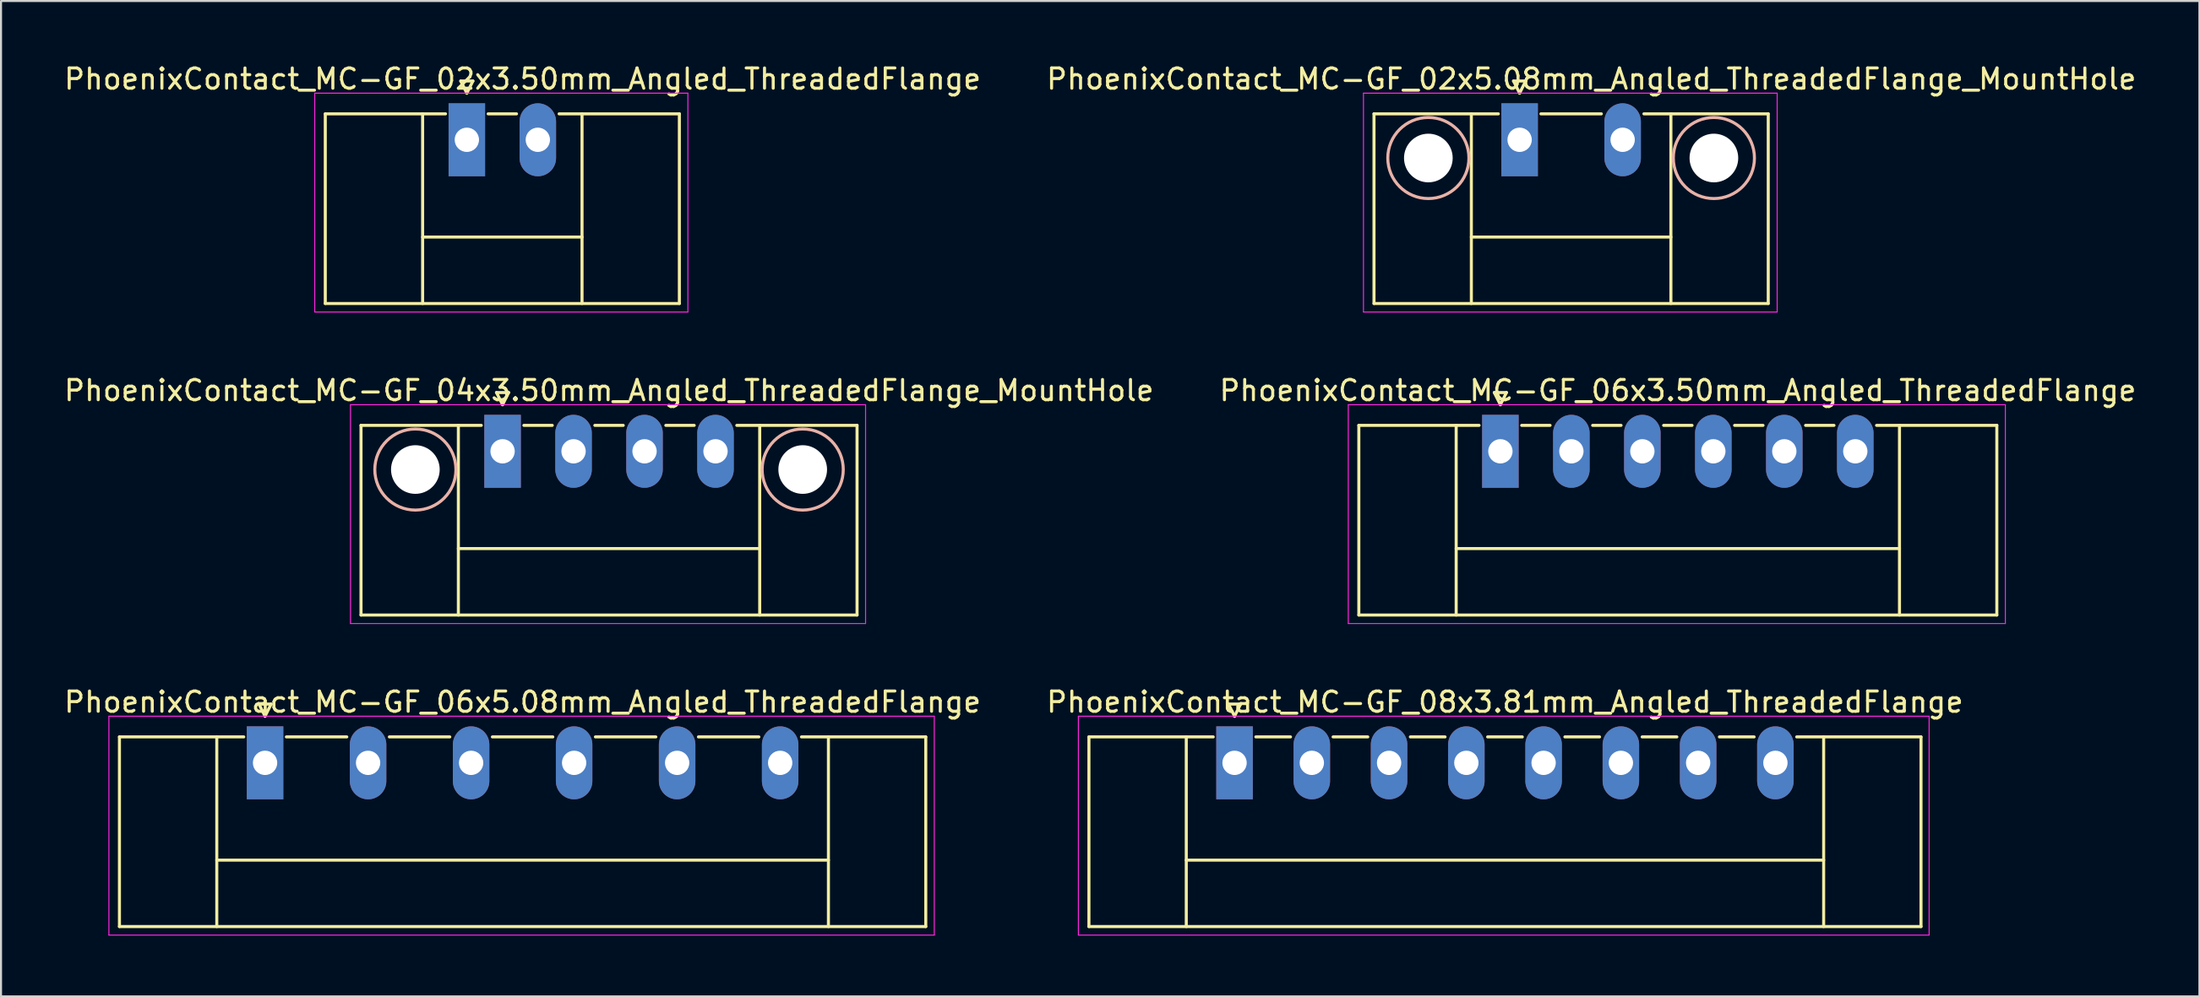
<source format=kicad_pcb>
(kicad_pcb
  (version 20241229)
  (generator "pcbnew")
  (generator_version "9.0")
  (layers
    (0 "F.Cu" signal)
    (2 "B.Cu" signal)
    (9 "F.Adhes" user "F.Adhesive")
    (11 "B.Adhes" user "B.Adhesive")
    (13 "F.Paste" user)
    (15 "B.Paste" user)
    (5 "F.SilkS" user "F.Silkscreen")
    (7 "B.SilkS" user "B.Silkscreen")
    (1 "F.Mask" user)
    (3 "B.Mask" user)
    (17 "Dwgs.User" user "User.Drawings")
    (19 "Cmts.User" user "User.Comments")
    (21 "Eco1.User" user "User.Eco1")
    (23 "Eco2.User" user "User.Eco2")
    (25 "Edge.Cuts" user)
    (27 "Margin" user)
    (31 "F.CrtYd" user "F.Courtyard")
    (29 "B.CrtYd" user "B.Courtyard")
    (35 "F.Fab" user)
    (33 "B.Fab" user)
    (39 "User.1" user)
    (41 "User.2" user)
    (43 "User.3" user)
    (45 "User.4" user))
  (footprint "PhoenixContact_MC-GF_08x3.81mm_Angled_ThreadedFlange"
    (layer "F.Cu")
    (at 57.826 34.595)
    (property "Reference" "PhoenixContact_MC-GF_08x3.81mm_Angled_ThreadedFlange" (at 13.335 -3 0) (layer "F.SilkS") (effects (font (size 1 1) (thickness 0.15))))
    (attr through_hole)
    (fp_line (start -7.18 -1.28) (end -7.18 8.08) (stroke (width 0.15) (type solid)) (layer "F.SilkS"))
    (fp_line (start -7.18 -1.28) (end -1.05 -1.28) (stroke (width 0.15) (type solid)) (layer "F.SilkS"))
    (fp_line (start -7.18 8.08) (end 33.85 8.08) (stroke (width 0.15) (type solid)) (layer "F.SilkS"))
    (fp_line (start -2.38 -1.28) (end -2.38 8.08) (stroke (width 0.15) (type solid)) (layer "F.SilkS"))
    (fp_line (start -2.38 4.8) (end 29.05 4.8) (stroke (width 0.15) (type solid)) (layer "F.SilkS"))
    (fp_line (start -0.3 -2.9) (end 0 -2.3) (stroke (width 0.15) (type solid)) (layer "F.SilkS"))
    (fp_line (start 0 -2.3) (end 0.3 -2.9) (stroke (width 0.15) (type solid)) (layer "F.SilkS"))
    (fp_line (start 0.3 -2.9) (end -0.3 -2.9) (stroke (width 0.15) (type solid)) (layer "F.SilkS"))
    (fp_line (start 1.05 -1.28) (end 2.76 -1.28) (stroke (width 0.15) (type solid)) (layer "F.SilkS"))
    (fp_line (start 4.86 -1.28) (end 6.57 -1.28) (stroke (width 0.15) (type solid)) (layer "F.SilkS"))
    (fp_line (start 8.67 -1.28) (end 10.38 -1.28) (stroke (width 0.15) (type solid)) (layer "F.SilkS"))
    (fp_line (start 12.48 -1.28) (end 14.19 -1.28) (stroke (width 0.15) (type solid)) (layer "F.SilkS"))
    (fp_line (start 16.29 -1.28) (end 18 -1.28) (stroke (width 0.15) (type solid)) (layer "F.SilkS"))
    (fp_line (start 20.1 -1.28) (end 21.81 -1.28) (stroke (width 0.15) (type solid)) (layer "F.SilkS"))
    (fp_line (start 23.91 -1.28) (end 25.62 -1.28) (stroke (width 0.15) (type solid)) (layer "F.SilkS"))
    (fp_line (start 29.05 -1.28) (end 29.05 8.08) (stroke (width 0.15) (type solid)) (layer "F.SilkS"))
    (fp_line (start 33.85 -1.28) (end 27.72 -1.28) (stroke (width 0.15) (type solid)) (layer "F.SilkS"))
    (fp_line (start 33.85 8.08) (end 33.85 -1.28) (stroke (width 0.15) (type solid)) (layer "F.SilkS"))
    (fp_line (start -7.7 -2.3) (end -7.7 8.5) (stroke (width 0.05) (type solid)) (layer "F.CrtYd"))
    (fp_line (start -7.7 8.5) (end 34.25 8.5) (stroke (width 0.05) (type solid)) (layer "F.CrtYd"))
    (fp_line (start 34.25 -2.3) (end -7.7 -2.3) (stroke (width 0.05) (type solid)) (layer "F.CrtYd"))
    (fp_line (start 34.25 8.5) (end 34.25 -2.3) (stroke (width 0.05) (type solid)) (layer "F.CrtYd"))
    (pad "1" thru_hole rect (at 0 0) (size 1.8 3.6) (drill 1.2) (layers "*.Cu" "*.Mask"))
    (pad "2" thru_hole oval (at 3.81 0) (size 1.8 3.6) (drill 1.2) (layers "*.Cu" "*.Mask"))
    (pad "3" thru_hole oval (at 7.62 0) (size 1.8 3.6) (drill 1.2) (layers "*.Cu" "*.Mask"))
    (pad "4" thru_hole oval (at 11.43 0) (size 1.8 3.6) (drill 1.2) (layers "*.Cu" "*.Mask"))
    (pad "5" thru_hole oval (at 15.24 0) (size 1.8 3.6) (drill 1.2) (layers "*.Cu" "*.Mask"))
    (pad "6" thru_hole oval (at 19.05 0) (size 1.8 3.6) (drill 1.2) (layers "*.Cu" "*.Mask"))
    (pad "7" thru_hole oval (at 22.86 0) (size 1.8 3.6) (drill 1.2) (layers "*.Cu" "*.Mask"))
    (pad "8" thru_hole oval (at 26.67 0) (size 1.8 3.6) (drill 1.2) (layers "*.Cu" "*.Mask")))
  (footprint "PhoenixContact_MC-GF_02x3.50mm_Angled_ThreadedFlange"
    (layer "F.Cu")
    (at 19.97 3.848)
    (property "Reference" "PhoenixContact_MC-GF_02x3.50mm_Angled_ThreadedFlange" (at 2.75 -3 0) (layer "F.SilkS") (effects (font (size 1 1) (thickness 0.15))))
    (attr through_hole)
    (fp_line (start -6.98 -1.28) (end -6.98 8.08) (stroke (width 0.15) (type solid)) (layer "F.SilkS"))
    (fp_line (start -6.98 -1.28) (end -1.05 -1.28) (stroke (width 0.15) (type solid)) (layer "F.SilkS"))
    (fp_line (start -6.98 8.08) (end 10.48 8.08) (stroke (width 0.15) (type solid)) (layer "F.SilkS"))
    (fp_line (start -2.18 -1.28) (end -2.18 8.08) (stroke (width 0.15) (type solid)) (layer "F.SilkS"))
    (fp_line (start -2.18 4.8) (end 5.68 4.8) (stroke (width 0.15) (type solid)) (layer "F.SilkS"))
    (fp_line (start -0.3 -2.9) (end 0 -2.3) (stroke (width 0.15) (type solid)) (layer "F.SilkS"))
    (fp_line (start 0 -2.3) (end 0.3 -2.9) (stroke (width 0.15) (type solid)) (layer "F.SilkS"))
    (fp_line (start 0.3 -2.9) (end -0.3 -2.9) (stroke (width 0.15) (type solid)) (layer "F.SilkS"))
    (fp_line (start 1.05 -1.28) (end 2.45 -1.28) (stroke (width 0.15) (type solid)) (layer "F.SilkS"))
    (fp_line (start 5.68 -1.28) (end 5.68 8.08) (stroke (width 0.15) (type solid)) (layer "F.SilkS"))
    (fp_line (start 10.48 -1.28) (end 4.55 -1.28) (stroke (width 0.15) (type solid)) (layer "F.SilkS"))
    (fp_line (start 10.48 8.08) (end 10.48 -1.28) (stroke (width 0.15) (type solid)) (layer "F.SilkS"))
    (fp_line (start -7.5 -2.3) (end -7.5 8.5) (stroke (width 0.05) (type solid)) (layer "F.CrtYd"))
    (fp_line (start -7.5 8.5) (end 10.9 8.5) (stroke (width 0.05) (type solid)) (layer "F.CrtYd"))
    (fp_line (start 10.9 -2.3) (end -7.5 -2.3) (stroke (width 0.05) (type solid)) (layer "F.CrtYd"))
    (fp_line (start 10.9 8.5) (end 10.9 -2.3) (stroke (width 0.05) (type solid)) (layer "F.CrtYd"))
    (pad "1" thru_hole rect (at 0 0) (size 1.8 3.6) (drill 1.2) (layers "*.Cu" "*.Mask"))
    (pad "2" thru_hole oval (at 3.5 0) (size 1.8 3.6) (drill 1.2) (layers "*.Cu" "*.Mask")))
  (footprint "PhoenixContact_MC-GF_06x5.08mm_Angled_ThreadedFlange"
    (layer "F.Cu")
    (at 10.02 34.595)
    (property "Reference" "PhoenixContact_MC-GF_06x5.08mm_Angled_ThreadedFlange" (at 12.7 -3 0) (layer "F.SilkS") (effects (font (size 1 1) (thickness 0.15))))
    (attr through_hole)
    (fp_line (start -7.18 -1.28) (end -7.18 8.08) (stroke (width 0.15) (type solid)) (layer "F.SilkS"))
    (fp_line (start -7.18 -1.28) (end -1.05 -1.28) (stroke (width 0.15) (type solid)) (layer "F.SilkS"))
    (fp_line (start -7.18 8.08) (end 32.58 8.08) (stroke (width 0.15) (type solid)) (layer "F.SilkS"))
    (fp_line (start -2.38 -1.28) (end -2.38 8.08) (stroke (width 0.15) (type solid)) (layer "F.SilkS"))
    (fp_line (start -2.38 4.8) (end 27.78 4.8) (stroke (width 0.15) (type solid)) (layer "F.SilkS"))
    (fp_line (start -0.3 -2.9) (end 0 -2.3) (stroke (width 0.15) (type solid)) (layer "F.SilkS"))
    (fp_line (start 0 -2.3) (end 0.3 -2.9) (stroke (width 0.15) (type solid)) (layer "F.SilkS"))
    (fp_line (start 0.3 -2.9) (end -0.3 -2.9) (stroke (width 0.15) (type solid)) (layer "F.SilkS"))
    (fp_line (start 1.05 -1.28) (end 4.03 -1.28) (stroke (width 0.15) (type solid)) (layer "F.SilkS"))
    (fp_line (start 6.13 -1.28) (end 9.11 -1.28) (stroke (width 0.15) (type solid)) (layer "F.SilkS"))
    (fp_line (start 11.21 -1.28) (end 14.19 -1.28) (stroke (width 0.15) (type solid)) (layer "F.SilkS"))
    (fp_line (start 16.29 -1.28) (end 19.27 -1.28) (stroke (width 0.15) (type solid)) (layer "F.SilkS"))
    (fp_line (start 21.37 -1.28) (end 24.35 -1.28) (stroke (width 0.15) (type solid)) (layer "F.SilkS"))
    (fp_line (start 27.78 -1.28) (end 27.78 8.08) (stroke (width 0.15) (type solid)) (layer "F.SilkS"))
    (fp_line (start 32.58 -1.28) (end 26.45 -1.28) (stroke (width 0.15) (type solid)) (layer "F.SilkS"))
    (fp_line (start 32.58 8.08) (end 32.58 -1.28) (stroke (width 0.15) (type solid)) (layer "F.SilkS"))
    (fp_line (start -7.7 -2.3) (end -7.7 8.5) (stroke (width 0.05) (type solid)) (layer "F.CrtYd"))
    (fp_line (start -7.7 8.5) (end 33 8.5) (stroke (width 0.05) (type solid)) (layer "F.CrtYd"))
    (fp_line (start 33 -2.3) (end -7.7 -2.3) (stroke (width 0.05) (type solid)) (layer "F.CrtYd"))
    (fp_line (start 33 8.5) (end 33 -2.3) (stroke (width 0.05) (type solid)) (layer "F.CrtYd"))
    (pad "1" thru_hole rect (at 0 0) (size 1.8 3.6) (drill 1.2) (layers "*.Cu" "*.Mask"))
    (pad "2" thru_hole oval (at 5.08 0) (size 1.8 3.6) (drill 1.2) (layers "*.Cu" "*.Mask"))
    (pad "3" thru_hole oval (at 10.16 0) (size 1.8 3.6) (drill 1.2) (layers "*.Cu" "*.Mask"))
    (pad "4" thru_hole oval (at 15.24 0) (size 1.8 3.6) (drill 1.2) (layers "*.Cu" "*.Mask"))
    (pad "5" thru_hole oval (at 20.32 0) (size 1.8 3.6) (drill 1.2) (layers "*.Cu" "*.Mask"))
    (pad "6" thru_hole oval (at 25.4 0) (size 1.8 3.6) (drill 1.2) (layers "*.Cu" "*.Mask")))
  (footprint "PhoenixContact_MC-GF_04x3.50mm_Angled_ThreadedFlange_MountHole"
    (layer "F.Cu")
    (at 21.732 19.221)
    (property "Reference" "PhoenixContact_MC-GF_04x3.50mm_Angled_ThreadedFlange_MountHole" (at 5.25 -3 0) (layer "F.SilkS") (effects (font (size 1 1) (thickness 0.15))))
    (attr through_hole)
    (fp_line (start -6.98 -1.28) (end -6.98 8.08) (stroke (width 0.15) (type solid)) (layer "F.SilkS"))
    (fp_line (start -6.98 -1.28) (end -1.05 -1.28) (stroke (width 0.15) (type solid)) (layer "F.SilkS"))
    (fp_line (start -6.98 8.08) (end 17.48 8.08) (stroke (width 0.15) (type solid)) (layer "F.SilkS"))
    (fp_line (start -2.18 -1.28) (end -2.18 8.08) (stroke (width 0.15) (type solid)) (layer "F.SilkS"))
    (fp_line (start -2.18 4.8) (end 12.68 4.8) (stroke (width 0.15) (type solid)) (layer "F.SilkS"))
    (fp_line (start -0.3 -2.9) (end 0 -2.3) (stroke (width 0.15) (type solid)) (layer "F.SilkS"))
    (fp_line (start 0 -2.3) (end 0.3 -2.9) (stroke (width 0.15) (type solid)) (layer "F.SilkS"))
    (fp_line (start 0.3 -2.9) (end -0.3 -2.9) (stroke (width 0.15) (type solid)) (layer "F.SilkS"))
    (fp_line (start 1.05 -1.28) (end 2.45 -1.28) (stroke (width 0.15) (type solid)) (layer "F.SilkS"))
    (fp_line (start 4.55 -1.28) (end 5.95 -1.28) (stroke (width 0.15) (type solid)) (layer "F.SilkS"))
    (fp_line (start 8.05 -1.28) (end 9.45 -1.28) (stroke (width 0.15) (type solid)) (layer "F.SilkS"))
    (fp_line (start 12.68 -1.28) (end 12.68 8.08) (stroke (width 0.15) (type solid)) (layer "F.SilkS"))
    (fp_line (start 17.48 -1.28) (end 11.55 -1.28) (stroke (width 0.15) (type solid)) (layer "F.SilkS"))
    (fp_line (start 17.48 8.08) (end 17.48 -1.28) (stroke (width 0.15) (type solid)) (layer "F.SilkS"))
    (fp_circle (center -4.3 0.9) (end -2.3 0.9) (stroke (width 0.15) (type solid)) (fill no) (layer "B.SilkS"))
    (fp_circle (center 14.8 0.9) (end 16.8 0.9) (stroke (width 0.15) (type solid)) (fill no) (layer "B.SilkS"))
    (fp_line (start -7.5 -2.3) (end -7.5 8.5) (stroke (width 0.05) (type solid)) (layer "F.CrtYd"))
    (fp_line (start -7.5 8.5) (end 17.9 8.5) (stroke (width 0.05) (type solid)) (layer "F.CrtYd"))
    (fp_line (start 17.9 -2.3) (end -7.5 -2.3) (stroke (width 0.05) (type solid)) (layer "F.CrtYd"))
    (fp_line (start 17.9 8.5) (end 17.9 -2.3) (stroke (width 0.05) (type solid)) (layer "F.CrtYd"))
    (pad "" np_thru_hole circle (at -4.3 0.9) (size 2.4 2.4) (drill 2.4) (layers "*.Cu" "*.Mask"))
    (pad "" np_thru_hole circle (at 14.8 0.9) (size 2.4 2.4) (drill 2.4) (layers "*.Cu" "*.Mask"))
    (pad "1" thru_hole rect (at 0 0) (size 1.8 3.6) (drill 1.2) (layers "*.Cu" "*.Mask"))
    (pad "2" thru_hole oval (at 3.5 0) (size 1.8 3.6) (drill 1.2) (layers "*.Cu" "*.Mask"))
    (pad "3" thru_hole oval (at 7 0) (size 1.8 3.6) (drill 1.2) (layers "*.Cu" "*.Mask"))
    (pad "4" thru_hole oval (at 10.5 0) (size 1.8 3.6) (drill 1.2) (layers "*.Cu" "*.Mask")))
  (footprint "PhoenixContact_MC-GF_06x3.50mm_Angled_ThreadedFlange"
    (layer "F.Cu")
    (at 70.935 19.221)
    (property "Reference" "PhoenixContact_MC-GF_06x3.50mm_Angled_ThreadedFlange" (at 8.75 -3 0) (layer "F.SilkS") (effects (font (size 1 1) (thickness 0.15))))
    (attr through_hole)
    (fp_line (start -6.98 -1.28) (end -6.98 8.08) (stroke (width 0.15) (type solid)) (layer "F.SilkS"))
    (fp_line (start -6.98 -1.28) (end -1.05 -1.28) (stroke (width 0.15) (type solid)) (layer "F.SilkS"))
    (fp_line (start -6.98 8.08) (end 24.48 8.08) (stroke (width 0.15) (type solid)) (layer "F.SilkS"))
    (fp_line (start -2.18 -1.28) (end -2.18 8.08) (stroke (width 0.15) (type solid)) (layer "F.SilkS"))
    (fp_line (start -2.18 4.8) (end 19.68 4.8) (stroke (width 0.15) (type solid)) (layer "F.SilkS"))
    (fp_line (start -0.3 -2.9) (end 0 -2.3) (stroke (width 0.15) (type solid)) (layer "F.SilkS"))
    (fp_line (start 0 -2.3) (end 0.3 -2.9) (stroke (width 0.15) (type solid)) (layer "F.SilkS"))
    (fp_line (start 0.3 -2.9) (end -0.3 -2.9) (stroke (width 0.15) (type solid)) (layer "F.SilkS"))
    (fp_line (start 1.05 -1.28) (end 2.45 -1.28) (stroke (width 0.15) (type solid)) (layer "F.SilkS"))
    (fp_line (start 4.55 -1.28) (end 5.95 -1.28) (stroke (width 0.15) (type solid)) (layer "F.SilkS"))
    (fp_line (start 8.05 -1.28) (end 9.45 -1.28) (stroke (width 0.15) (type solid)) (layer "F.SilkS"))
    (fp_line (start 11.55 -1.28) (end 12.95 -1.28) (stroke (width 0.15) (type solid)) (layer "F.SilkS"))
    (fp_line (start 15.05 -1.28) (end 16.45 -1.28) (stroke (width 0.15) (type solid)) (layer "F.SilkS"))
    (fp_line (start 19.68 -1.28) (end 19.68 8.08) (stroke (width 0.15) (type solid)) (layer "F.SilkS"))
    (fp_line (start 24.48 -1.28) (end 18.55 -1.28) (stroke (width 0.15) (type solid)) (layer "F.SilkS"))
    (fp_line (start 24.48 8.08) (end 24.48 -1.28) (stroke (width 0.15) (type solid)) (layer "F.SilkS"))
    (fp_line (start -7.5 -2.3) (end -7.5 8.5) (stroke (width 0.05) (type solid)) (layer "F.CrtYd"))
    (fp_line (start -7.5 8.5) (end 24.9 8.5) (stroke (width 0.05) (type solid)) (layer "F.CrtYd"))
    (fp_line (start 24.9 -2.3) (end -7.5 -2.3) (stroke (width 0.05) (type solid)) (layer "F.CrtYd"))
    (fp_line (start 24.9 8.5) (end 24.9 -2.3) (stroke (width 0.05) (type solid)) (layer "F.CrtYd"))
    (pad "1" thru_hole rect (at 0 0) (size 1.8 3.6) (drill 1.2) (layers "*.Cu" "*.Mask"))
    (pad "2" thru_hole oval (at 3.5 0) (size 1.8 3.6) (drill 1.2) (layers "*.Cu" "*.Mask"))
    (pad "3" thru_hole oval (at 7 0) (size 1.8 3.6) (drill 1.2) (layers "*.Cu" "*.Mask"))
    (pad "4" thru_hole oval (at 10.5 0) (size 1.8 3.6) (drill 1.2) (layers "*.Cu" "*.Mask"))
    (pad "5" thru_hole oval (at 14 0) (size 1.8 3.6) (drill 1.2) (layers "*.Cu" "*.Mask"))
    (pad "6" thru_hole oval (at 17.5 0) (size 1.8 3.6) (drill 1.2) (layers "*.Cu" "*.Mask")))
  (footprint "PhoenixContact_MC-GF_02x5.08mm_Angled_ThreadedFlange_MountHole"
    (layer "F.Cu")
    (at 71.883 3.848)
    (property "Reference" "PhoenixContact_MC-GF_02x5.08mm_Angled_ThreadedFlange_MountHole" (at 3.54 -3 0) (layer "F.SilkS") (effects (font (size 1 1) (thickness 0.15))))
    (attr through_hole)
    (fp_line (start -7.18 -1.28) (end -7.18 8.08) (stroke (width 0.15) (type solid)) (layer "F.SilkS"))
    (fp_line (start -7.18 -1.28) (end -1.05 -1.28) (stroke (width 0.15) (type solid)) (layer "F.SilkS"))
    (fp_line (start -7.18 8.08) (end 12.26 8.08) (stroke (width 0.15) (type solid)) (layer "F.SilkS"))
    (fp_line (start -2.38 -1.28) (end -2.38 8.08) (stroke (width 0.15) (type solid)) (layer "F.SilkS"))
    (fp_line (start -2.38 4.8) (end 7.46 4.8) (stroke (width 0.15) (type solid)) (layer "F.SilkS"))
    (fp_line (start -0.3 -2.9) (end 0 -2.3) (stroke (width 0.15) (type solid)) (layer "F.SilkS"))
    (fp_line (start 0 -2.3) (end 0.3 -2.9) (stroke (width 0.15) (type solid)) (layer "F.SilkS"))
    (fp_line (start 0.3 -2.9) (end -0.3 -2.9) (stroke (width 0.15) (type solid)) (layer "F.SilkS"))
    (fp_line (start 1.05 -1.28) (end 4.03 -1.28) (stroke (width 0.15) (type solid)) (layer "F.SilkS"))
    (fp_line (start 7.46 -1.28) (end 7.46 8.08) (stroke (width 0.15) (type solid)) (layer "F.SilkS"))
    (fp_line (start 12.26 -1.28) (end 6.13 -1.28) (stroke (width 0.15) (type solid)) (layer "F.SilkS"))
    (fp_line (start 12.26 8.08) (end 12.26 -1.28) (stroke (width 0.15) (type solid)) (layer "F.SilkS"))
    (fp_circle (center -4.5 0.9) (end -2.5 0.9) (stroke (width 0.15) (type solid)) (fill no) (layer "B.SilkS"))
    (fp_circle (center 9.58 0.9) (end 11.58 0.9) (stroke (width 0.15) (type solid)) (fill no) (layer "B.SilkS"))
    (fp_line (start -7.7 -2.3) (end -7.7 8.5) (stroke (width 0.05) (type solid)) (layer "F.CrtYd"))
    (fp_line (start -7.7 8.5) (end 12.7 8.5) (stroke (width 0.05) (type solid)) (layer "F.CrtYd"))
    (fp_line (start 12.7 -2.3) (end -7.7 -2.3) (stroke (width 0.05) (type solid)) (layer "F.CrtYd"))
    (fp_line (start 12.7 8.5) (end 12.7 -2.3) (stroke (width 0.05) (type solid)) (layer "F.CrtYd"))
    (pad "" np_thru_hole circle (at -4.5 0.9) (size 2.4 2.4) (drill 2.4) (layers "*.Cu" "*.Mask"))
    (pad "" np_thru_hole circle (at 9.58 0.9) (size 2.4 2.4) (drill 2.4) (layers "*.Cu" "*.Mask"))
    (pad "1" thru_hole rect (at 0 0) (size 1.8 3.6) (drill 1.2) (layers "*.Cu" "*.Mask"))
    (pad "2" thru_hole oval (at 5.08 0) (size 1.8 3.6) (drill 1.2) (layers "*.Cu" "*.Mask")))
  (gr_rect
    (start -3 -3)
    (end 105.405 46.12)
    (stroke (width 0.1) (type default))
    (fill no)
    (layer "Edge.Cuts")))
</source>
